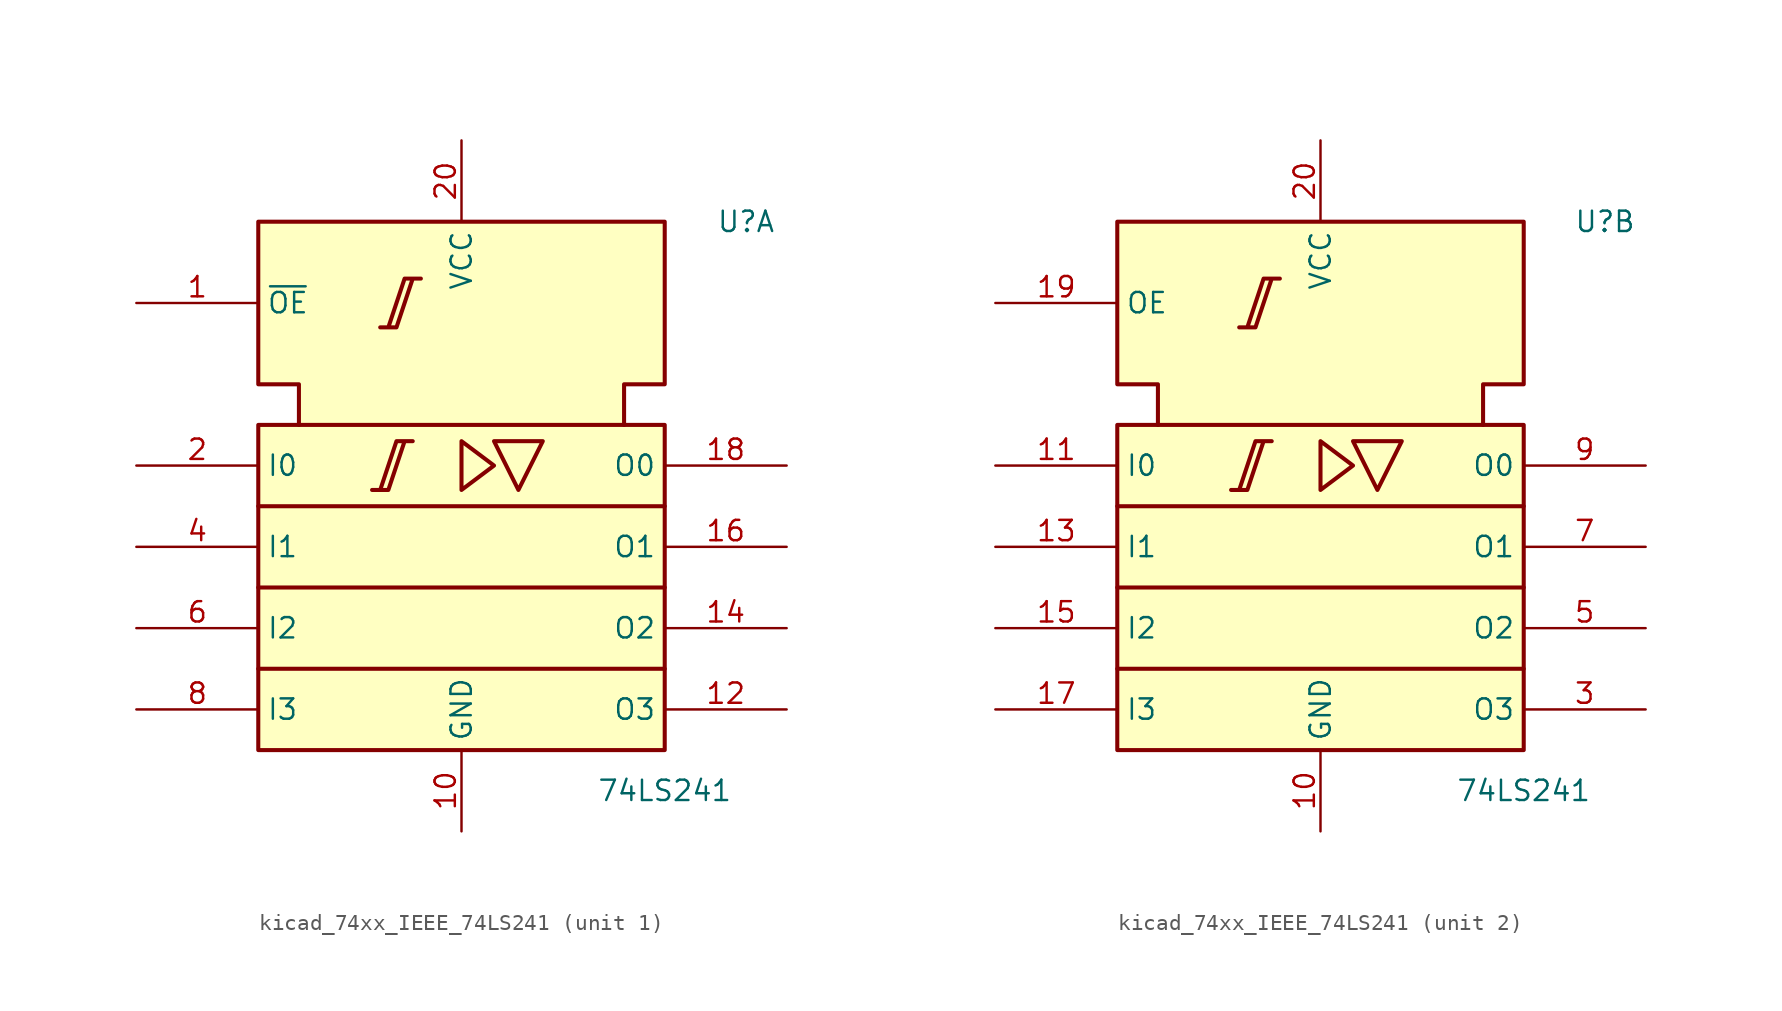
<source format=kicad_sym>
(kicad_symbol_lib
  (version 20220914)
  (generator kicad_symbol_editor)
  (symbol "kicad_74xx_IEEE_74LS241"
    (property "Reference" "U"
      (at 17.78 20.32 0)
      (effects (font (size 1.27 1.27))))
    (property "Value" "74LS241"
      (at 12.7 -15.24 0)
      (effects (font (size 1.27 1.27))))
    (symbol "kicad_74xx_IEEE_74LS241_0_0"
      (polyline (pts (xy 2.032 6.604) (xy 5.08 6.604) (xy 3.556 3.556) (xy 2.032 6.604) (xy 2.032 6.604)) (stroke (width 0.254) (type default)) (fill (type background)))
      (pin power_in line (at 0 -17.78 90) (length 5.08) (name "GND" (effects (font (size 1.27 1.27)))) (number "10" (effects (font (size 1.27 1.27)))))
      (pin power_in line (at 0 25.4 270) (length 5.08) (name "VCC" (effects (font (size 1.27 1.27)))) (number "20" (effects (font (size 1.27 1.27))))))
    (symbol "kicad_74xx_IEEE_74LS241_0_1"
      (rectangle (start -12.7 7.62) (end 12.7 -12.7) (stroke (width 0.254) (type default)) (fill (type background)))
      (polyline (pts (xy -12.7 -2.54) (xy 12.7 -2.54) (xy 12.7 -2.54)) (stroke (width 0.254) (type default)) (fill (type background)))
      (polyline (pts (xy 12.7 -7.62) (xy -12.7 -7.62) (xy -12.7 -7.62)) (stroke (width 0.254) (type default)) (fill (type background)))
      (polyline (pts (xy 12.7 2.54) (xy -12.7 2.54) (xy -12.7 2.54)) (stroke (width 0.254) (type default)) (fill (type background)))
      (polyline (pts (xy 0 6.604) (xy 0 3.556) (xy 2.032 5.08) (xy 0 6.604) (xy 0 6.604)) (stroke (width 0.254) (type default)) (fill (type background)))
      (polyline (pts (xy -5.588 3.556) (xy -4.572 3.556) (xy -3.556 6.604) (xy -3.048 6.604) (xy -4.064 6.604) (xy -5.08 3.556) (xy -5.08 3.556)) (stroke (width 0.254) (type default)) (fill (type background)))
      (polyline (pts (xy -5.08 13.716) (xy -4.064 13.716) (xy -3.048 16.764) (xy -2.54 16.764) (xy -3.556 16.764) (xy -4.572 13.716) (xy -4.572 13.716)) (stroke (width 0.254) (type default)) (fill (type background)))
      (polyline (pts (xy -10.16 7.62) (xy -10.16 10.16) (xy -12.7 10.16) (xy -12.7 20.32) (xy 12.7 20.32) (xy 12.7 10.16) (xy 10.16 10.16) (xy 10.16 7.62) (xy 10.16 7.62)) (stroke (width 0.254) (type default)) (fill (type background))))
    (symbol "kicad_74xx_IEEE_74LS241_1_1"
      (pin input line (at -20.32 15.24 0) (length 7.62) (name "~{OE}" (effects (font (size 1.27 1.27)))) (number "1" (effects (font (size 1.27 1.27)))))
      (pin tri_state line (at 20.32 -10.16 180) (length 7.62) (name "O3" (effects (font (size 1.27 1.27)))) (number "12" (effects (font (size 1.27 1.27)))))
      (pin tri_state line (at 20.32 -5.08 180) (length 7.62) (name "O2" (effects (font (size 1.27 1.27)))) (number "14" (effects (font (size 1.27 1.27)))))
      (pin tri_state line (at 20.32 0 180) (length 7.62) (name "O1" (effects (font (size 1.27 1.27)))) (number "16" (effects (font (size 1.27 1.27)))))
      (pin tri_state line (at 20.32 5.08 180) (length 7.62) (name "O0" (effects (font (size 1.27 1.27)))) (number "18" (effects (font (size 1.27 1.27)))))
      (pin input line (at -20.32 5.08 0) (length 7.62) (name "I0" (effects (font (size 1.27 1.27)))) (number "2" (effects (font (size 1.27 1.27)))))
      (pin input line (at -20.32 0 0) (length 7.62) (name "I1" (effects (font (size 1.27 1.27)))) (number "4" (effects (font (size 1.27 1.27)))))
      (pin input line (at -20.32 -5.08 0) (length 7.62) (name "I2" (effects (font (size 1.27 1.27)))) (number "6" (effects (font (size 1.27 1.27)))))
      (pin input line (at -20.32 -10.16 0) (length 7.62) (name "I3" (effects (font (size 1.27 1.27)))) (number "8" (effects (font (size 1.27 1.27))))))
    (symbol "kicad_74xx_IEEE_74LS241_2_1"
      (pin input line (at -20.32 5.08 0) (length 7.62) (name "I0" (effects (font (size 1.27 1.27)))) (number "11" (effects (font (size 1.27 1.27)))))
      (pin input line (at -20.32 0 0) (length 7.62) (name "I1" (effects (font (size 1.27 1.27)))) (number "13" (effects (font (size 1.27 1.27)))))
      (pin input line (at -20.32 -5.08 0) (length 7.62) (name "I2" (effects (font (size 1.27 1.27)))) (number "15" (effects (font (size 1.27 1.27)))))
      (pin input line (at -20.32 -10.16 0) (length 7.62) (name "I3" (effects (font (size 1.27 1.27)))) (number "17" (effects (font (size 1.27 1.27)))))
      (pin input line (at -20.32 15.24 0) (length 7.62) (name "OE" (effects (font (size 1.27 1.27)))) (number "19" (effects (font (size 1.27 1.27)))))
      (pin tri_state line (at 20.32 -10.16 180) (length 7.62) (name "O3" (effects (font (size 1.27 1.27)))) (number "3" (effects (font (size 1.27 1.27)))))
      (pin tri_state line (at 20.32 -5.08 180) (length 7.62) (name "O2" (effects (font (size 1.27 1.27)))) (number "5" (effects (font (size 1.27 1.27)))))
      (pin tri_state line (at 20.32 0 180) (length 7.62) (name "O1" (effects (font (size 1.27 1.27)))) (number "7" (effects (font (size 1.27 1.27)))))
      (pin tri_state line (at 20.32 5.08 180) (length 7.62) (name "O0" (effects (font (size 1.27 1.27)))) (number "9" (effects (font (size 1.27 1.27))))))))
</source>
